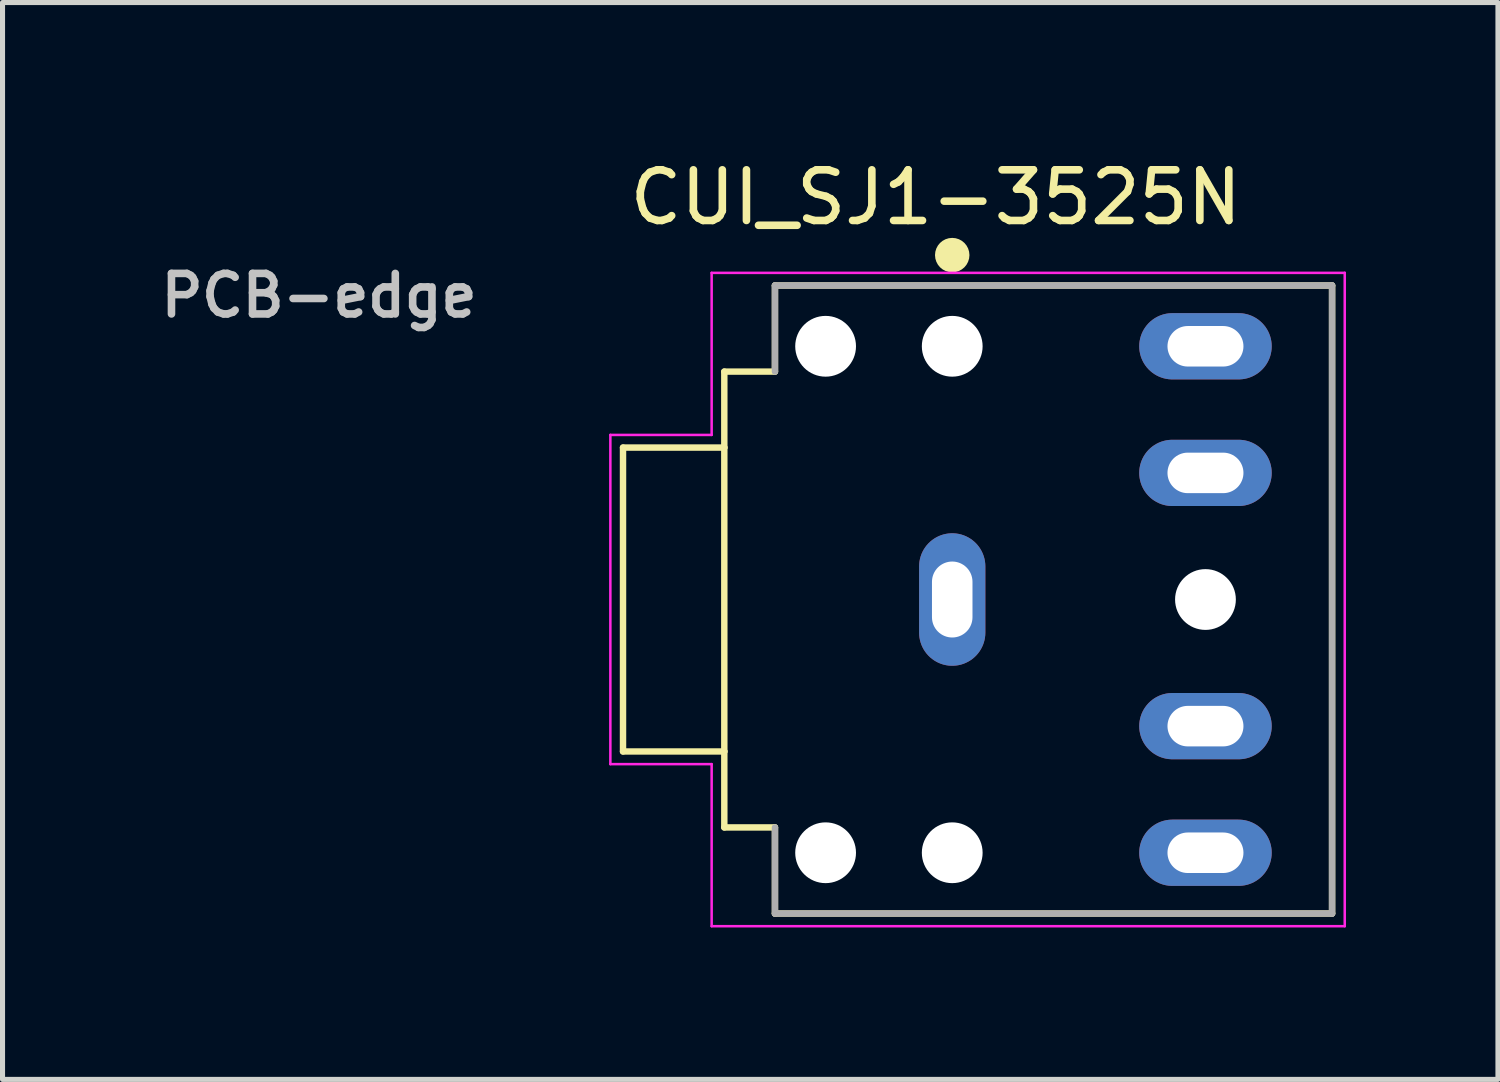
<source format=kicad_pcb>
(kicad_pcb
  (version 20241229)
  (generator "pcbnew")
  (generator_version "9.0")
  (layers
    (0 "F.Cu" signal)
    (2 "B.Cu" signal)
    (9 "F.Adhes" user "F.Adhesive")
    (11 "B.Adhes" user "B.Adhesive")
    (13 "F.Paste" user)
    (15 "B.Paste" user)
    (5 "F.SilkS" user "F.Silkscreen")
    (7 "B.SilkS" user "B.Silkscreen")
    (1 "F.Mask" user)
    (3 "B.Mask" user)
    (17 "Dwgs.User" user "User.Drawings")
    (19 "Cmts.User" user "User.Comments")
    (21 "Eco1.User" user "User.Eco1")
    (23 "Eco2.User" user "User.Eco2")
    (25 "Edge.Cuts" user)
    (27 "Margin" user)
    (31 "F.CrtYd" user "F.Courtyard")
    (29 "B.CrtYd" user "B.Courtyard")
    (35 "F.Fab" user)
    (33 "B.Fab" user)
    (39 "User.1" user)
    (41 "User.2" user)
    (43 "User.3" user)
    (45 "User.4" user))
  (footprint "CUI_SJ1-3525N"
    (layer "F.Cu")
    (at 15.751 8.787)
    (property "Reference" "CUI_SJ1-3525N" (at -0.325 -7.939 0) (layer "F.SilkS") (effects (font (size 1 1) (thickness 0.15))))
    (attr through_hole)
    (fp_line (start -6.5 -3) (end -6.5 3) (stroke (width 0.127) (type solid)) (layer "F.SilkS"))
    (fp_line (start -6.5 3) (end -4.5 3) (stroke (width 0.127) (type solid)) (layer "F.SilkS"))
    (fp_line (start -4.5 -4.5) (end -4.5 -3) (stroke (width 0.127) (type solid)) (layer "F.SilkS"))
    (fp_line (start -4.5 -3) (end -6.5 -3) (stroke (width 0.127) (type solid)) (layer "F.SilkS"))
    (fp_line (start -4.5 -3) (end -4.5 3) (stroke (width 0.127) (type solid)) (layer "F.SilkS"))
    (fp_line (start -4.5 3) (end -4.5 4.5) (stroke (width 0.127) (type solid)) (layer "F.SilkS"))
    (fp_line (start -4.5 4.5) (end -3.5 4.5) (stroke (width 0.127) (type solid)) (layer "F.SilkS"))
    (fp_line (start -3.5 -6.2) (end -3.5 -4.5) (stroke (width 0.127) (type solid)) (layer "F.SilkS"))
    (fp_line (start -3.5 -4.5) (end -4.5 -4.5) (stroke (width 0.127) (type solid)) (layer "F.SilkS"))
    (fp_line (start -3.5 4.5) (end -3.5 6.2) (stroke (width 0.127) (type solid)) (layer "F.SilkS"))
    (fp_line (start 7.5 -6.2) (end -3.5 -6.2) (stroke (width 0.127) (type solid)) (layer "F.SilkS"))
    (fp_line (start 7.5 -6.2) (end 7.5 6.2) (stroke (width 0.127) (type solid)) (layer "F.SilkS"))
    (fp_line (start 7.5 6.2) (end -3.5 6.2) (stroke (width 0.127) (type solid)) (layer "F.SilkS"))
    (fp_circle (center 0 -6.8) (end 0.17 -6.8) (stroke (width 0.34) (type solid)) (fill no) (layer "F.SilkS"))
    (fp_line (start -6.75 -3.25) (end -6.75 3.25) (stroke (width 0.05) (type solid)) (layer "F.CrtYd"))
    (fp_line (start -6.75 3.25) (end -4.75 3.25) (stroke (width 0.05) (type solid)) (layer "F.CrtYd"))
    (fp_line (start -4.75 -6.45) (end -4.75 -3.25) (stroke (width 0.05) (type solid)) (layer "F.CrtYd"))
    (fp_line (start -4.75 -6.45) (end 7.75 -6.45) (stroke (width 0.05) (type solid)) (layer "F.CrtYd"))
    (fp_line (start -4.75 -3.25) (end -6.75 -3.25) (stroke (width 0.05) (type solid)) (layer "F.CrtYd"))
    (fp_line (start -4.75 3.25) (end -4.75 6.45) (stroke (width 0.05) (type solid)) (layer "F.CrtYd"))
    (fp_line (start 7.75 -6.45) (end 7.75 6.45) (stroke (width 0.05) (type solid)) (layer "F.CrtYd"))
    (fp_line (start 7.75 6.45) (end -4.75 6.45) (stroke (width 0.05) (type solid)) (layer "F.CrtYd"))
    (fp_line (start -3.5 -6.2) (end -3.5 -4.5) (stroke (width 0.127) (type solid)) (layer "F.Fab"))
    (fp_line (start -3.5 4.5) (end -3.5 6.2) (stroke (width 0.127) (type solid)) (layer "F.Fab"))
    (fp_line (start 7.5 -6.2) (end -3.5 -6.2) (stroke (width 0.127) (type solid)) (layer "F.Fab"))
    (fp_line (start 7.5 -6.2) (end 7.5 6.2) (stroke (width 0.127) (type solid)) (layer "F.Fab"))
    (fp_line (start 7.5 6.2) (end -3.5 6.2) (stroke (width 0.127) (type solid)) (layer "F.Fab"))
    (fp_text user "PCB-edge" (at -12.501 -6.001 0) (layer "Dwgs.User") (effects (font (size 0.8 0.8) (thickness 0.15))))
    (pad "" np_thru_hole circle (at -2.5 -5) (size 1.2 1.2) (drill 1.2) (layers "*.Cu" "*.Mask"))
    (pad "" np_thru_hole circle (at -2.5 5) (size 1.2 1.2) (drill 1.2) (layers "*.Cu" "*.Mask"))
    (pad "" np_thru_hole circle (at 0 -5) (size 1.2 1.2) (drill 1.2) (layers "*.Cu" "*.Mask"))
    (pad "" np_thru_hole circle (at 0 5) (size 1.2 1.2) (drill 1.2) (layers "*.Cu" "*.Mask"))
    (pad "" np_thru_hole circle (at 5 0) (size 1.2 1.2) (drill 1.2) (layers "*.Cu" "*.Mask"))
    (pad "1" thru_hole oval (at 0 0) (size 1.308 2.616) (drill oval 0.8 1.5) (layers "*.Cu" "*.Mask"))
    (pad "2" thru_hole oval (at 5 5) (size 2.616 1.308) (drill oval 1.5 0.8) (layers "*.Cu" "*.Mask"))
    (pad "3" thru_hole oval (at 5 -5) (size 2.616 1.308) (drill oval 1.5 0.8) (layers "*.Cu" "*.Mask"))
    (pad "10" thru_hole oval (at 5 2.5) (size 2.616 1.308) (drill oval 1.5 0.8) (layers "*.Cu" "*.Mask"))
    (pad "11" thru_hole oval (at 5 -2.5) (size 2.616 1.308) (drill oval 1.5 0.8) (layers "*.Cu" "*.Mask")))
  (gr_rect
    (start -3 -3)
    (end 26.526 18.262)
    (stroke (width 0.1) (type default))
    (fill no)
    (layer "Edge.Cuts")))
</source>
